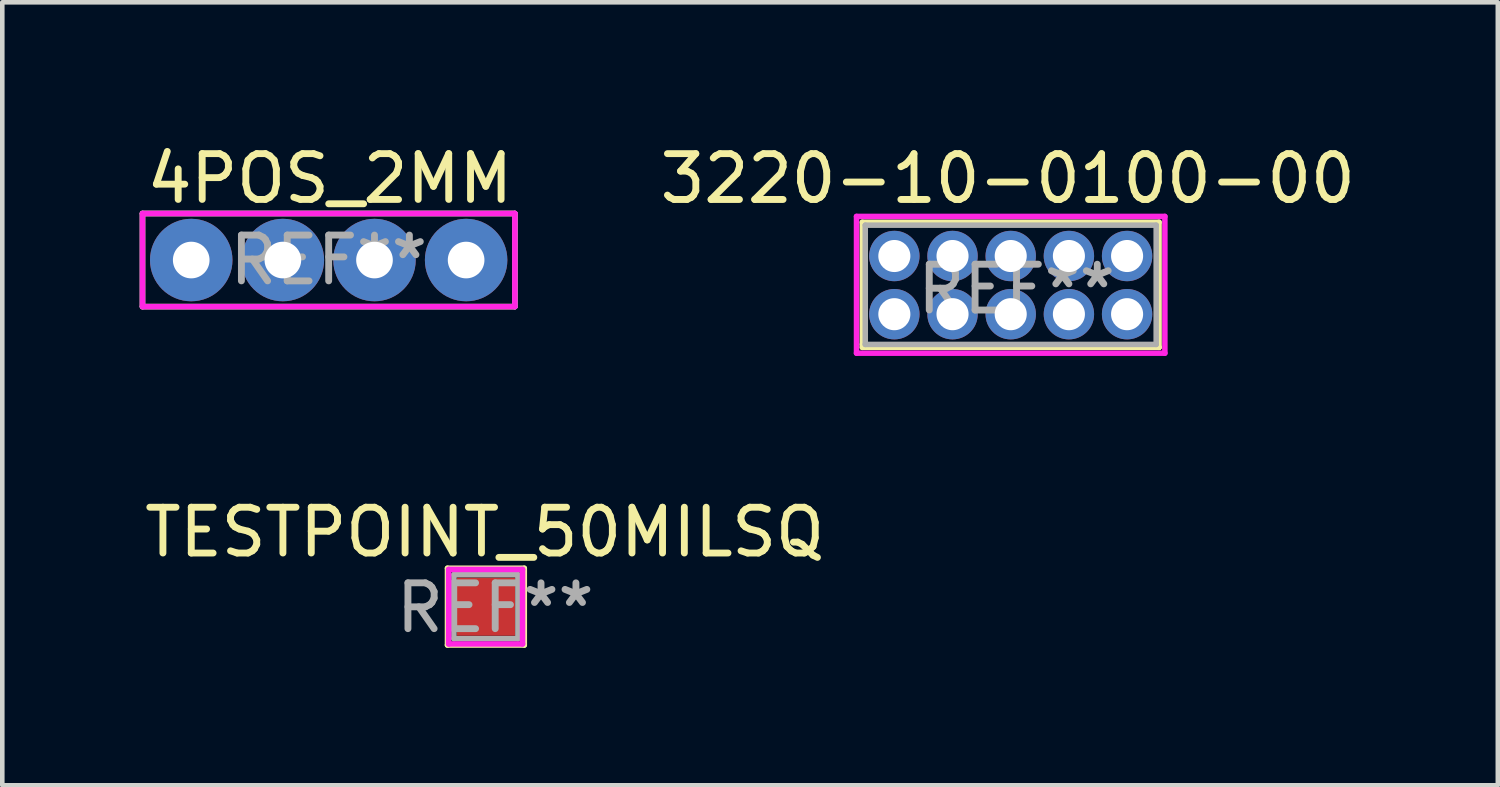
<source format=kicad_pcb>
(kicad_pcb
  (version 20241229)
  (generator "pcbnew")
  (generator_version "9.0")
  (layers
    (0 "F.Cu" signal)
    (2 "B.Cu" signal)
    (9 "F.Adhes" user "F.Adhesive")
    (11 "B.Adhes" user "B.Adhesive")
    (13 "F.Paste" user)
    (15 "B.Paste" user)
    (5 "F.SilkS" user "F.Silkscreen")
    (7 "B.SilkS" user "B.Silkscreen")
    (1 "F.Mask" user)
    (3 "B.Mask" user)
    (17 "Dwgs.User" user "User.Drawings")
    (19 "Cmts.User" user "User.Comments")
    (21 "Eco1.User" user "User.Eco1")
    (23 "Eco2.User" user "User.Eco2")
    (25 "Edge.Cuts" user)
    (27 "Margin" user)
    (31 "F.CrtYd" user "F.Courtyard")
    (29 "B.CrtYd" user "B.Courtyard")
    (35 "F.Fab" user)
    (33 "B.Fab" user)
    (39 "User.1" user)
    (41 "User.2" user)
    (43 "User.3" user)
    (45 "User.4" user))
  (footprint "3220-10-0100-00"
    (layer "F.Cu")
    (at 15.836 4.468)
    (property "Reference" "3220-10-0100-00" (at 3.111 -3.619 0) (layer "F.SilkS") (effects (font (size 1 1) (thickness 0.15))))
    (attr through_hole)
    (fp_line (start -0.064 -2.667) (end -0.064 0) (stroke (width 0.12) (type solid)) (layer "F.SilkS"))
    (fp_line (start -0.064 0) (end -0.064 0.064) (stroke (width 0.12) (type solid)) (layer "F.SilkS"))
    (fp_line (start -0.064 0.064) (end 6.413 0.064) (stroke (width 0.12) (type solid)) (layer "F.SilkS"))
    (fp_line (start 6.413 -2.667) (end -0.064 -2.667) (stroke (width 0.12) (type solid)) (layer "F.SilkS"))
    (fp_line (start 6.413 0.064) (end 6.413 -2.667) (stroke (width 0.12) (type solid)) (layer "F.SilkS"))
    (fp_line (start 6.413 0.064) (end 6.413 0.064) (stroke (width 0.12) (type solid)) (layer "F.SilkS"))
    (fp_line (start -0.191 -2.794) (end -0.191 0.191) (stroke (width 0.12) (type solid)) (layer "F.CrtYd"))
    (fp_line (start -0.191 0.191) (end 6.54 0.191) (stroke (width 0.12) (type solid)) (layer "F.CrtYd"))
    (fp_line (start 6.54 -2.794) (end -0.191 -2.794) (stroke (width 0.12) (type solid)) (layer "F.CrtYd"))
    (fp_line (start 6.54 0.191) (end 6.54 -2.794) (stroke (width 0.12) (type solid)) (layer "F.CrtYd"))
    (fp_line (start 0 -2.603) (end 0 0) (stroke (width 0.12) (type solid)) (layer "F.Fab"))
    (fp_line (start 0 0) (end 6.35 0) (stroke (width 0.12) (type solid)) (layer "F.Fab"))
    (fp_line (start 6.35 -2.603) (end 0 -2.603) (stroke (width 0.12) (type solid)) (layer "F.Fab"))
    (fp_line (start 6.35 0) (end 6.35 -2.603) (stroke (width 0.12) (type solid)) (layer "F.Fab"))
    (fp_text user "REF**" (at 3.302 -1.206 0) (layer "F.Fab") (effects (font (size 1 1) (thickness 0.15))))
    (pad "1" thru_hole circle (at 0.635 -0.66 90) (size 1.1 1.1) (drill 0.7) (layers "*.Cu" "*.Mask"))
    (pad "2" thru_hole circle (at 0.635 -1.93 90) (size 1.1 1.1) (drill 0.7) (layers "*.Cu" "*.Mask"))
    (pad "3" thru_hole circle (at 1.905 -0.66 90) (size 1.1 1.1) (drill 0.7) (layers "*.Cu" "*.Mask"))
    (pad "4" thru_hole circle (at 1.905 -1.93 90) (size 1.1 1.1) (drill 0.7) (layers "*.Cu" "*.Mask"))
    (pad "5" thru_hole circle (at 3.175 -0.66 90) (size 1.1 1.1) (drill 0.7) (layers "*.Cu" "*.Mask"))
    (pad "6" thru_hole circle (at 3.175 -1.93 90) (size 1.1 1.1) (drill 0.7) (layers "*.Cu" "*.Mask"))
    (pad "7" thru_hole circle (at 4.445 -0.66 90) (size 1.1 1.1) (drill 0.7) (layers "*.Cu" "*.Mask"))
    (pad "8" thru_hole circle (at 4.445 -1.93 90) (size 1.1 1.1) (drill 0.7) (layers "*.Cu" "*.Mask"))
    (pad "9" thru_hole circle (at 5.715 -0.66 90) (size 1.1 1.1) (drill 0.7) (layers "*.Cu" "*.Mask"))
    (pad "10" thru_hole circle (at 5.715 -1.93 90) (size 1.1 1.1) (drill 0.7) (layers "*.Cu" "*.Mask")))
  (footprint "4POS_2MM"
    (layer "F.Cu")
    (at 4.124 2.626)
    (property "Reference" "4POS_2MM" (at 0.025 -1.778 0) (layer "F.SilkS") (effects (font (size 1 1) (thickness 0.15))))
    (attr through_hole)
    (fp_line (start -4.064 -1.016) (end 4.064 -1.016) (stroke (width 0.12) (type solid)) (layer "F.SilkS"))
    (fp_line (start -4.064 1.016) (end -4.064 -1.016) (stroke (width 0.12) (type solid)) (layer "F.SilkS"))
    (fp_line (start 4.064 -1.016) (end 4.064 1.016) (stroke (width 0.12) (type solid)) (layer "F.SilkS"))
    (fp_line (start 4.064 1.016) (end -4.064 1.016) (stroke (width 0.12) (type solid)) (layer "F.SilkS"))
    (fp_line (start -4.064 -1.016) (end -4.064 1.016) (stroke (width 0.12) (type solid)) (layer "F.CrtYd"))
    (fp_line (start -4.064 1.016) (end 4.064 1.016) (stroke (width 0.12) (type solid)) (layer "F.CrtYd"))
    (fp_line (start 4.064 -1.016) (end -4.064 -1.016) (stroke (width 0.12) (type solid)) (layer "F.CrtYd"))
    (fp_line (start 4.064 1.016) (end 4.064 -1.016) (stroke (width 0.12) (type solid)) (layer "F.CrtYd"))
    (fp_line (start -4.064 -1.016) (end -4.064 1.016) (stroke (width 0.12) (type solid)) (layer "F.Fab"))
    (fp_line (start -4.064 1.016) (end 4.064 1.016) (stroke (width 0.12) (type solid)) (layer "F.Fab"))
    (fp_line (start 4.064 -1.016) (end -4.064 -1.016) (stroke (width 0.12) (type solid)) (layer "F.Fab"))
    (fp_line (start 4.064 1.016) (end 4.064 -1.016) (stroke (width 0.12) (type solid)) (layer "F.Fab"))
    (fp_text user "REF**" (at 0 0 0) (layer "F.Fab") (effects (font (size 1 1) (thickness 0.15))))
    (pad "1" thru_hole circle (at -3 0) (size 1.8 1.8) (drill 0.8) (layers "*.Cu" "*.Mask"))
    (pad "2" thru_hole circle (at -1 0) (size 1.8 1.8) (drill 0.8) (layers "*.Cu" "*.Mask"))
    (pad "3" thru_hole circle (at 1 0) (size 1.8 1.8) (drill 0.8) (layers "*.Cu" "*.Mask"))
    (pad "4" thru_hole circle (at 3 0) (size 1.8 1.8) (drill 0.8) (layers "*.Cu" "*.Mask")))
  (footprint "TESTPOINT_50MILSQ"
    (layer "F.Cu")
    (at 7.492 10.179)
    (property "Reference" "TESTPOINT_50MILSQ" (at 0.038 -1.613 0) (layer "F.SilkS") (effects (font (size 1 1) (thickness 0.15))))
    (attr through_hole)
    (fp_line (start -0.775 -0.826) (end -0.775 0.851) (stroke (width 0.12) (type solid)) (layer "F.SilkS"))
    (fp_line (start -0.775 0.851) (end 0.902 0.851) (stroke (width 0.12) (type solid)) (layer "F.SilkS"))
    (fp_line (start 0.902 -0.826) (end -0.775 -0.826) (stroke (width 0.12) (type solid)) (layer "F.SilkS"))
    (fp_line (start 0.902 -0.826) (end 0.902 0.851) (stroke (width 0.12) (type solid)) (layer "F.SilkS"))
    (fp_line (start -0.749 -0.8) (end -0.749 0.826) (stroke (width 0.12) (type solid)) (layer "F.CrtYd"))
    (fp_line (start -0.749 -0.8) (end 0.864 -0.8) (stroke (width 0.12) (type solid)) (layer "F.CrtYd"))
    (fp_line (start -0.749 0.826) (end 0.864 0.826) (stroke (width 0.12) (type solid)) (layer "F.CrtYd"))
    (fp_line (start 0.864 0.826) (end 0.864 -0.8) (stroke (width 0.12) (type solid)) (layer "F.CrtYd"))
    (fp_line (start -0.635 -0.686) (end -0.635 0.711) (stroke (width 0.12) (type solid)) (layer "F.Fab"))
    (fp_line (start -0.635 0.711) (end 0.762 0.711) (stroke (width 0.12) (type solid)) (layer "F.Fab"))
    (fp_line (start 0.762 -0.686) (end -0.635 -0.686) (stroke (width 0.12) (type solid)) (layer "F.Fab"))
    (fp_line (start 0.762 0.711) (end 0.762 -0.686) (stroke (width 0.12) (type solid)) (layer "F.Fab"))
    (fp_text user "REF**" (at 0.267 0.038 0) (layer "F.Fab") (effects (font (size 1 1) (thickness 0.15))))
    (pad "1" smd rect (at 0.064 0.013) (size 1.27 1.27) (layers "F.Cu" "F.Mask" "F.Paste")))
  (gr_rect
    (start -3 -3)
    (end 29.643 14.09)
    (stroke (width 0.1) (type default))
    (fill no)
    (layer "Edge.Cuts")))
</source>
